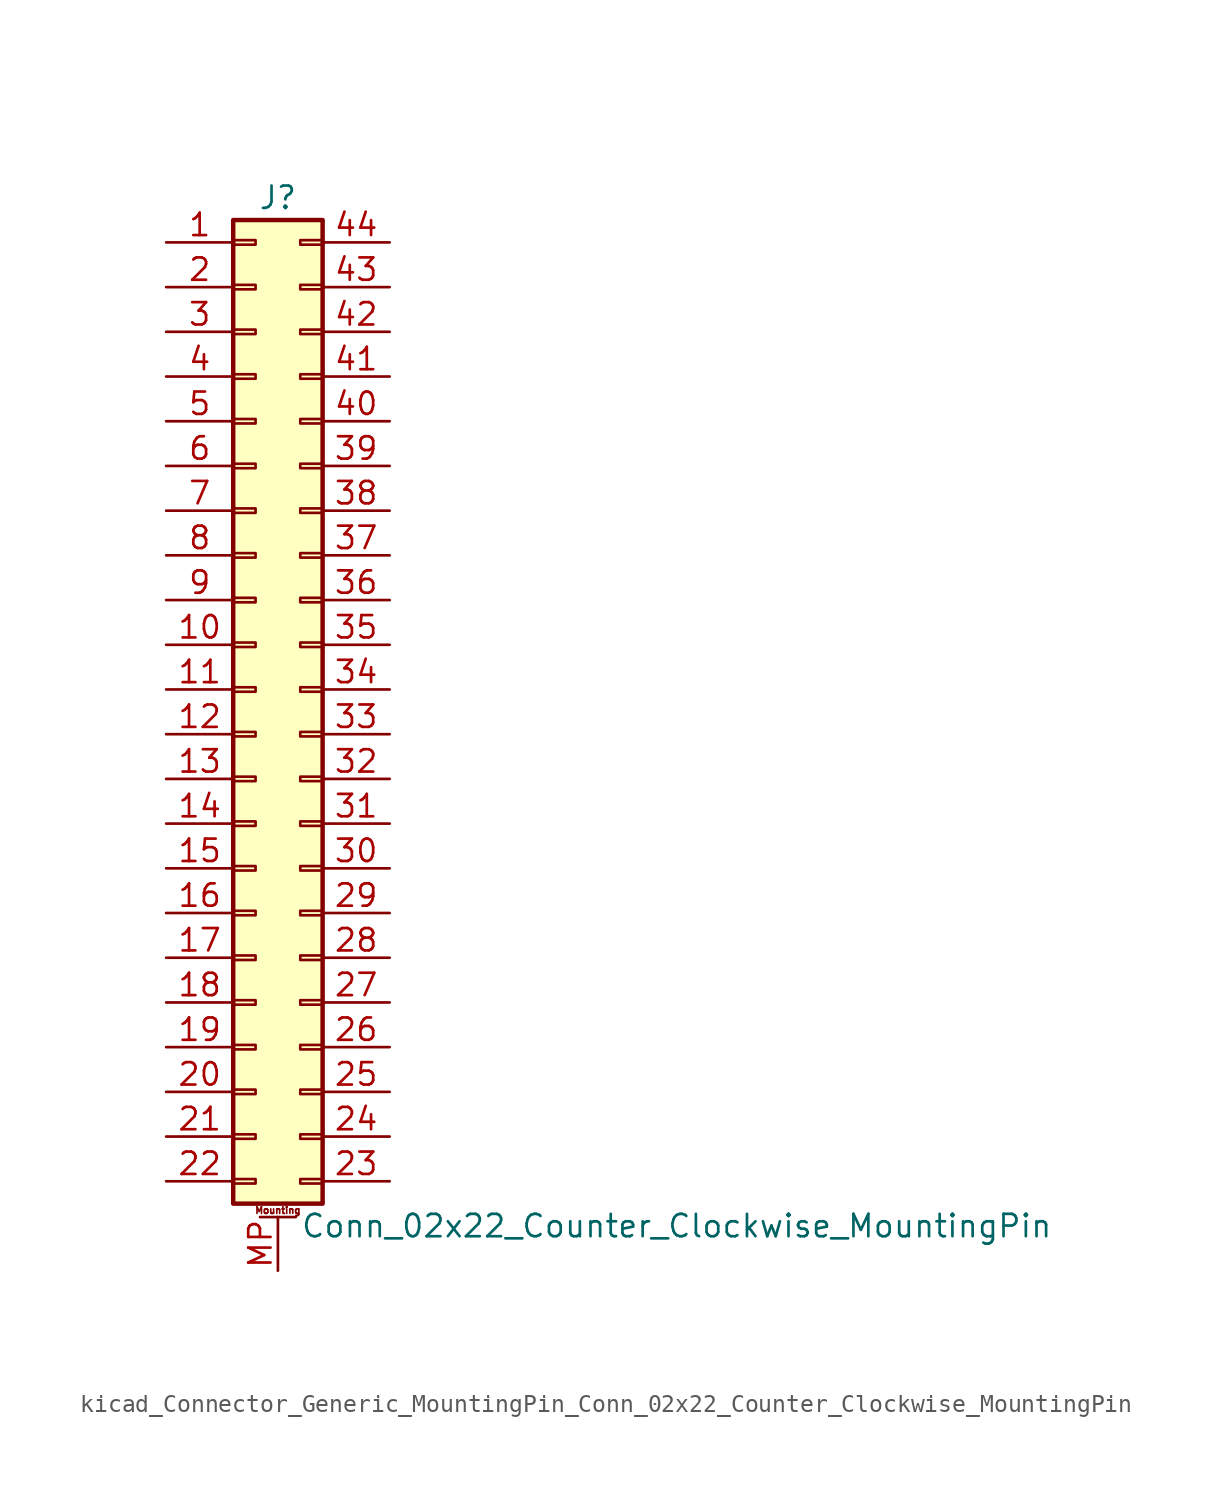
<source format=kicad_sym>
(kicad_symbol_lib
  (version 20220914)
  (generator kicad_symbol_editor)
  (symbol "kicad_Connector_Generic_MountingPin_Conn_02x22_Counter_Clockwise_MountingPin"
    (pin_names
      (offset 1.016) hide)
    (property "Reference" "J"
      (at 1.27 27.94 0)
      (effects (font (size 1.27 1.27))))
    (property "Value" "Conn_02x22_Counter_Clockwise_MountingPin"
      (at 2.54 -30.48 0)
      (effects (font (size 1.27 1.27)) (justify left)))
    (symbol "kicad_Connector_Generic_MountingPin_Conn_02x22_Counter_Clockwise_MountingPin_1_1"
      (rectangle (start -1.27 -27.813) (end 0 -28.067) (stroke (width 0.152) (type default)) (fill (type none)))
      (rectangle (start -1.27 -25.273) (end 0 -25.527) (stroke (width 0.152) (type default)) (fill (type none)))
      (rectangle (start -1.27 -22.733) (end 0 -22.987) (stroke (width 0.152) (type default)) (fill (type none)))
      (rectangle (start -1.27 -20.193) (end 0 -20.447) (stroke (width 0.152) (type default)) (fill (type none)))
      (rectangle (start -1.27 -17.653) (end 0 -17.907) (stroke (width 0.152) (type default)) (fill (type none)))
      (rectangle (start -1.27 -15.113) (end 0 -15.367) (stroke (width 0.152) (type default)) (fill (type none)))
      (rectangle (start -1.27 -12.573) (end 0 -12.827) (stroke (width 0.152) (type default)) (fill (type none)))
      (rectangle (start -1.27 -10.033) (end 0 -10.287) (stroke (width 0.152) (type default)) (fill (type none)))
      (rectangle (start -1.27 -7.493) (end 0 -7.747) (stroke (width 0.152) (type default)) (fill (type none)))
      (rectangle (start -1.27 -4.953) (end 0 -5.207) (stroke (width 0.152) (type default)) (fill (type none)))
      (rectangle (start -1.27 -2.413) (end 0 -2.667) (stroke (width 0.152) (type default)) (fill (type none)))
      (rectangle (start -1.27 0.127) (end 0 -0.127) (stroke (width 0.152) (type default)) (fill (type none)))
      (rectangle (start -1.27 2.667) (end 0 2.413) (stroke (width 0.152) (type default)) (fill (type none)))
      (rectangle (start -1.27 5.207) (end 0 4.953) (stroke (width 0.152) (type default)) (fill (type none)))
      (rectangle (start -1.27 7.747) (end 0 7.493) (stroke (width 0.152) (type default)) (fill (type none)))
      (rectangle (start -1.27 10.287) (end 0 10.033) (stroke (width 0.152) (type default)) (fill (type none)))
      (rectangle (start -1.27 12.827) (end 0 12.573) (stroke (width 0.152) (type default)) (fill (type none)))
      (rectangle (start -1.27 15.367) (end 0 15.113) (stroke (width 0.152) (type default)) (fill (type none)))
      (rectangle (start -1.27 17.907) (end 0 17.653) (stroke (width 0.152) (type default)) (fill (type none)))
      (rectangle (start -1.27 20.447) (end 0 20.193) (stroke (width 0.152) (type default)) (fill (type none)))
      (rectangle (start -1.27 22.987) (end 0 22.733) (stroke (width 0.152) (type default)) (fill (type none)))
      (rectangle (start -1.27 25.527) (end 0 25.273) (stroke (width 0.152) (type default)) (fill (type none)))
      (rectangle (start -1.27 26.67) (end 3.81 -29.21) (stroke (width 0.254) (type default)) (fill (type background)))
      (polyline (pts (xy 0.254 -29.972) (xy 2.286 -29.972)) (stroke (width 0.152) (type default)) (fill (type none)))
      (rectangle (start 3.81 -27.813) (end 2.54 -28.067) (stroke (width 0.152) (type default)) (fill (type none)))
      (rectangle (start 3.81 -25.273) (end 2.54 -25.527) (stroke (width 0.152) (type default)) (fill (type none)))
      (rectangle (start 3.81 -22.733) (end 2.54 -22.987) (stroke (width 0.152) (type default)) (fill (type none)))
      (rectangle (start 3.81 -20.193) (end 2.54 -20.447) (stroke (width 0.152) (type default)) (fill (type none)))
      (rectangle (start 3.81 -17.653) (end 2.54 -17.907) (stroke (width 0.152) (type default)) (fill (type none)))
      (rectangle (start 3.81 -15.113) (end 2.54 -15.367) (stroke (width 0.152) (type default)) (fill (type none)))
      (rectangle (start 3.81 -12.573) (end 2.54 -12.827) (stroke (width 0.152) (type default)) (fill (type none)))
      (rectangle (start 3.81 -10.033) (end 2.54 -10.287) (stroke (width 0.152) (type default)) (fill (type none)))
      (rectangle (start 3.81 -7.493) (end 2.54 -7.747) (stroke (width 0.152) (type default)) (fill (type none)))
      (rectangle (start 3.81 -4.953) (end 2.54 -5.207) (stroke (width 0.152) (type default)) (fill (type none)))
      (rectangle (start 3.81 -2.413) (end 2.54 -2.667) (stroke (width 0.152) (type default)) (fill (type none)))
      (rectangle (start 3.81 0.127) (end 2.54 -0.127) (stroke (width 0.152) (type default)) (fill (type none)))
      (rectangle (start 3.81 2.667) (end 2.54 2.413) (stroke (width 0.152) (type default)) (fill (type none)))
      (rectangle (start 3.81 5.207) (end 2.54 4.953) (stroke (width 0.152) (type default)) (fill (type none)))
      (rectangle (start 3.81 7.747) (end 2.54 7.493) (stroke (width 0.152) (type default)) (fill (type none)))
      (rectangle (start 3.81 10.287) (end 2.54 10.033) (stroke (width 0.152) (type default)) (fill (type none)))
      (rectangle (start 3.81 12.827) (end 2.54 12.573) (stroke (width 0.152) (type default)) (fill (type none)))
      (rectangle (start 3.81 15.367) (end 2.54 15.113) (stroke (width 0.152) (type default)) (fill (type none)))
      (rectangle (start 3.81 17.907) (end 2.54 17.653) (stroke (width 0.152) (type default)) (fill (type none)))
      (rectangle (start 3.81 20.447) (end 2.54 20.193) (stroke (width 0.152) (type default)) (fill (type none)))
      (rectangle (start 3.81 22.987) (end 2.54 22.733) (stroke (width 0.152) (type default)) (fill (type none)))
      (rectangle (start 3.81 25.527) (end 2.54 25.273) (stroke (width 0.152) (type default)) (fill (type none)))
      (text "Mounting" (at 1.27 -29.591 0) (effects (font (size 0.381 0.381))))
      (pin passive line (at -5.08 25.4 0) (length 3.81) (name "Pin_1" (effects (font (size 1.27 1.27)))) (number "1" (effects (font (size 1.27 1.27)))))
      (pin passive line (at -5.08 2.54 0) (length 3.81) (name "Pin_10" (effects (font (size 1.27 1.27)))) (number "10" (effects (font (size 1.27 1.27)))))
      (pin passive line (at -5.08 0 0) (length 3.81) (name "Pin_11" (effects (font (size 1.27 1.27)))) (number "11" (effects (font (size 1.27 1.27)))))
      (pin passive line (at -5.08 -2.54 0) (length 3.81) (name "Pin_12" (effects (font (size 1.27 1.27)))) (number "12" (effects (font (size 1.27 1.27)))))
      (pin passive line (at -5.08 -5.08 0) (length 3.81) (name "Pin_13" (effects (font (size 1.27 1.27)))) (number "13" (effects (font (size 1.27 1.27)))))
      (pin passive line (at -5.08 -7.62 0) (length 3.81) (name "Pin_14" (effects (font (size 1.27 1.27)))) (number "14" (effects (font (size 1.27 1.27)))))
      (pin passive line (at -5.08 -10.16 0) (length 3.81) (name "Pin_15" (effects (font (size 1.27 1.27)))) (number "15" (effects (font (size 1.27 1.27)))))
      (pin passive line (at -5.08 -12.7 0) (length 3.81) (name "Pin_16" (effects (font (size 1.27 1.27)))) (number "16" (effects (font (size 1.27 1.27)))))
      (pin passive line (at -5.08 -15.24 0) (length 3.81) (name "Pin_17" (effects (font (size 1.27 1.27)))) (number "17" (effects (font (size 1.27 1.27)))))
      (pin passive line (at -5.08 -17.78 0) (length 3.81) (name "Pin_18" (effects (font (size 1.27 1.27)))) (number "18" (effects (font (size 1.27 1.27)))))
      (pin passive line (at -5.08 -20.32 0) (length 3.81) (name "Pin_19" (effects (font (size 1.27 1.27)))) (number "19" (effects (font (size 1.27 1.27)))))
      (pin passive line (at -5.08 22.86 0) (length 3.81) (name "Pin_2" (effects (font (size 1.27 1.27)))) (number "2" (effects (font (size 1.27 1.27)))))
      (pin passive line (at -5.08 -22.86 0) (length 3.81) (name "Pin_20" (effects (font (size 1.27 1.27)))) (number "20" (effects (font (size 1.27 1.27)))))
      (pin passive line (at -5.08 -25.4 0) (length 3.81) (name "Pin_21" (effects (font (size 1.27 1.27)))) (number "21" (effects (font (size 1.27 1.27)))))
      (pin passive line (at -5.08 -27.94 0) (length 3.81) (name "Pin_22" (effects (font (size 1.27 1.27)))) (number "22" (effects (font (size 1.27 1.27)))))
      (pin passive line (at 7.62 -27.94 180) (length 3.81) (name "Pin_23" (effects (font (size 1.27 1.27)))) (number "23" (effects (font (size 1.27 1.27)))))
      (pin passive line (at 7.62 -25.4 180) (length 3.81) (name "Pin_24" (effects (font (size 1.27 1.27)))) (number "24" (effects (font (size 1.27 1.27)))))
      (pin passive line (at 7.62 -22.86 180) (length 3.81) (name "Pin_25" (effects (font (size 1.27 1.27)))) (number "25" (effects (font (size 1.27 1.27)))))
      (pin passive line (at 7.62 -20.32 180) (length 3.81) (name "Pin_26" (effects (font (size 1.27 1.27)))) (number "26" (effects (font (size 1.27 1.27)))))
      (pin passive line (at 7.62 -17.78 180) (length 3.81) (name "Pin_27" (effects (font (size 1.27 1.27)))) (number "27" (effects (font (size 1.27 1.27)))))
      (pin passive line (at 7.62 -15.24 180) (length 3.81) (name "Pin_28" (effects (font (size 1.27 1.27)))) (number "28" (effects (font (size 1.27 1.27)))))
      (pin passive line (at 7.62 -12.7 180) (length 3.81) (name "Pin_29" (effects (font (size 1.27 1.27)))) (number "29" (effects (font (size 1.27 1.27)))))
      (pin passive line (at -5.08 20.32 0) (length 3.81) (name "Pin_3" (effects (font (size 1.27 1.27)))) (number "3" (effects (font (size 1.27 1.27)))))
      (pin passive line (at 7.62 -10.16 180) (length 3.81) (name "Pin_30" (effects (font (size 1.27 1.27)))) (number "30" (effects (font (size 1.27 1.27)))))
      (pin passive line (at 7.62 -7.62 180) (length 3.81) (name "Pin_31" (effects (font (size 1.27 1.27)))) (number "31" (effects (font (size 1.27 1.27)))))
      (pin passive line (at 7.62 -5.08 180) (length 3.81) (name "Pin_32" (effects (font (size 1.27 1.27)))) (number "32" (effects (font (size 1.27 1.27)))))
      (pin passive line (at 7.62 -2.54 180) (length 3.81) (name "Pin_33" (effects (font (size 1.27 1.27)))) (number "33" (effects (font (size 1.27 1.27)))))
      (pin passive line (at 7.62 0 180) (length 3.81) (name "Pin_34" (effects (font (size 1.27 1.27)))) (number "34" (effects (font (size 1.27 1.27)))))
      (pin passive line (at 7.62 2.54 180) (length 3.81) (name "Pin_35" (effects (font (size 1.27 1.27)))) (number "35" (effects (font (size 1.27 1.27)))))
      (pin passive line (at 7.62 5.08 180) (length 3.81) (name "Pin_36" (effects (font (size 1.27 1.27)))) (number "36" (effects (font (size 1.27 1.27)))))
      (pin passive line (at 7.62 7.62 180) (length 3.81) (name "Pin_37" (effects (font (size 1.27 1.27)))) (number "37" (effects (font (size 1.27 1.27)))))
      (pin passive line (at 7.62 10.16 180) (length 3.81) (name "Pin_38" (effects (font (size 1.27 1.27)))) (number "38" (effects (font (size 1.27 1.27)))))
      (pin passive line (at 7.62 12.7 180) (length 3.81) (name "Pin_39" (effects (font (size 1.27 1.27)))) (number "39" (effects (font (size 1.27 1.27)))))
      (pin passive line (at -5.08 17.78 0) (length 3.81) (name "Pin_4" (effects (font (size 1.27 1.27)))) (number "4" (effects (font (size 1.27 1.27)))))
      (pin passive line (at 7.62 15.24 180) (length 3.81) (name "Pin_40" (effects (font (size 1.27 1.27)))) (number "40" (effects (font (size 1.27 1.27)))))
      (pin passive line (at 7.62 17.78 180) (length 3.81) (name "Pin_41" (effects (font (size 1.27 1.27)))) (number "41" (effects (font (size 1.27 1.27)))))
      (pin passive line (at 7.62 20.32 180) (length 3.81) (name "Pin_42" (effects (font (size 1.27 1.27)))) (number "42" (effects (font (size 1.27 1.27)))))
      (pin passive line (at 7.62 22.86 180) (length 3.81) (name "Pin_43" (effects (font (size 1.27 1.27)))) (number "43" (effects (font (size 1.27 1.27)))))
      (pin passive line (at 7.62 25.4 180) (length 3.81) (name "Pin_44" (effects (font (size 1.27 1.27)))) (number "44" (effects (font (size 1.27 1.27)))))
      (pin passive line (at -5.08 15.24 0) (length 3.81) (name "Pin_5" (effects (font (size 1.27 1.27)))) (number "5" (effects (font (size 1.27 1.27)))))
      (pin passive line (at -5.08 12.7 0) (length 3.81) (name "Pin_6" (effects (font (size 1.27 1.27)))) (number "6" (effects (font (size 1.27 1.27)))))
      (pin passive line (at -5.08 10.16 0) (length 3.81) (name "Pin_7" (effects (font (size 1.27 1.27)))) (number "7" (effects (font (size 1.27 1.27)))))
      (pin passive line (at -5.08 7.62 0) (length 3.81) (name "Pin_8" (effects (font (size 1.27 1.27)))) (number "8" (effects (font (size 1.27 1.27)))))
      (pin passive line (at -5.08 5.08 0) (length 3.81) (name "Pin_9" (effects (font (size 1.27 1.27)))) (number "9" (effects (font (size 1.27 1.27)))))
      (pin passive line (at 1.27 -33.02 90) (length 3.048) (name "MountPin" (effects (font (size 1.27 1.27)))) (number "MP" (effects (font (size 1.27 1.27))))))))
</source>
